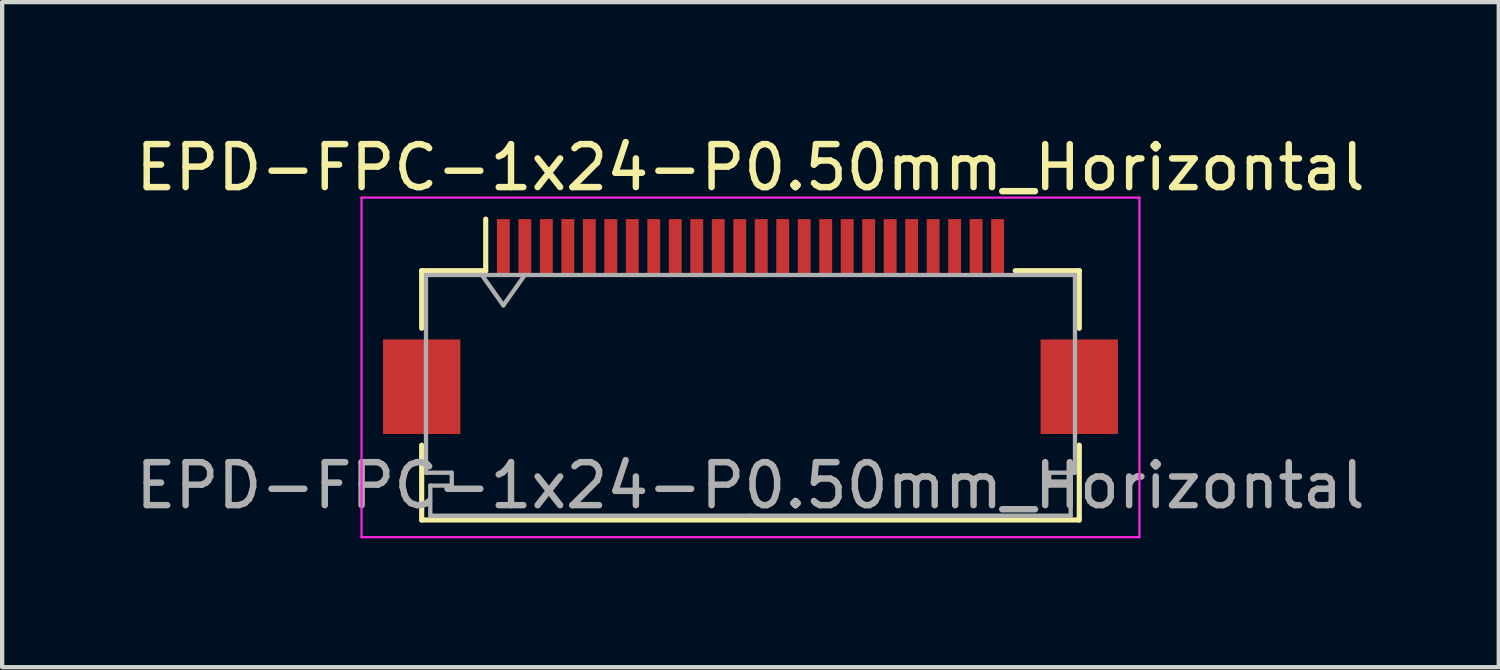
<source format=kicad_pcb>
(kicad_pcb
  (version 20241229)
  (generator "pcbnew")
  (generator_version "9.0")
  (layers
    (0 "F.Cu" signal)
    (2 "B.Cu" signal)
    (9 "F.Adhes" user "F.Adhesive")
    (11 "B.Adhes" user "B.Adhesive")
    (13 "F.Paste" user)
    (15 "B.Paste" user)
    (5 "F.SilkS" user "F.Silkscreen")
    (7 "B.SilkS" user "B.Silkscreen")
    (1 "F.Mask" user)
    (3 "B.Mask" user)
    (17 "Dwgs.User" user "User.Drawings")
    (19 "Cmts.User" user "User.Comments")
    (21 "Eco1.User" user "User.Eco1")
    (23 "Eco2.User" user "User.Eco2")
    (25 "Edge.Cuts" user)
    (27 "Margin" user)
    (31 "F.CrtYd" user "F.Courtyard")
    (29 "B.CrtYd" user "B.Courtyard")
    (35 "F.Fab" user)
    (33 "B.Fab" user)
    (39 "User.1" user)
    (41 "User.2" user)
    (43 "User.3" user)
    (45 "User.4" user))
  (footprint "EPD-FPC-1x24-P0.50mm_Horizontal"
    (layer "F.Cu")
    (at 14.411 4.548)
    (property "Reference" "EPD-FPC-1x24-P0.50mm_Horizontal" (at 0 -3.7 0) (layer "F.SilkS") (effects (font (size 1 1) (thickness 0.15))))
    (attr smd)
    (fp_line (start -7.65 -1.3) (end -7.65 0.04) (stroke (width 0.12) (type solid)) (layer "F.SilkS"))
    (fp_line (start -7.65 2.76) (end -7.65 4.5) (stroke (width 0.12) (type solid)) (layer "F.SilkS"))
    (fp_line (start -7.65 4.5) (end 7.65 4.5) (stroke (width 0.12) (type solid)) (layer "F.SilkS"))
    (fp_line (start -6.16 -1.3) (end -7.65 -1.3) (stroke (width 0.12) (type solid)) (layer "F.SilkS"))
    (fp_line (start -6.16 -1.3) (end -6.16 -2.5) (stroke (width 0.12) (type solid)) (layer "F.SilkS"))
    (fp_line (start 6.16 -1.3) (end 7.65 -1.3) (stroke (width 0.12) (type solid)) (layer "F.SilkS"))
    (fp_line (start 7.65 -1.3) (end 7.65 0.04) (stroke (width 0.12) (type solid)) (layer "F.SilkS"))
    (fp_line (start 7.65 4.5) (end 7.65 2.76) (stroke (width 0.12) (type solid)) (layer "F.SilkS"))
    (fp_line (start -9.05 -3) (end -9.05 4.9) (stroke (width 0.05) (type solid)) (layer "F.CrtYd"))
    (fp_line (start -9.05 4.9) (end 9.05 4.9) (stroke (width 0.05) (type solid)) (layer "F.CrtYd"))
    (fp_line (start 9.05 -3) (end -9.05 -3) (stroke (width 0.05) (type solid)) (layer "F.CrtYd"))
    (fp_line (start 9.05 4.9) (end 9.05 -3) (stroke (width 0.05) (type solid)) (layer "F.CrtYd"))
    (fp_line (start -7.55 -1.2) (end -7.55 3.4) (stroke (width 0.1) (type solid)) (layer "F.Fab"))
    (fp_line (start -7.55 3.4) (end -6.95 3.4) (stroke (width 0.1) (type solid)) (layer "F.Fab"))
    (fp_line (start -7.45 3.7) (end -7.45 4.4) (stroke (width 0.1) (type solid)) (layer "F.Fab"))
    (fp_line (start -7.45 4.4) (end 0 4.4) (stroke (width 0.1) (type solid)) (layer "F.Fab"))
    (fp_line (start -6.95 3.4) (end -6.95 3.7) (stroke (width 0.1) (type solid)) (layer "F.Fab"))
    (fp_line (start -6.95 3.7) (end -7.45 3.7) (stroke (width 0.1) (type solid)) (layer "F.Fab"))
    (fp_line (start -6.25 -1.2) (end -5.75 -0.493) (stroke (width 0.1) (type solid)) (layer "F.Fab"))
    (fp_line (start -5.75 -0.493) (end -5.25 -1.2) (stroke (width 0.1) (type solid)) (layer "F.Fab"))
    (fp_line (start 0 -1.2) (end -7.55 -1.2) (stroke (width 0.1) (type solid)) (layer "F.Fab"))
    (fp_line (start 0 -1.2) (end 7.55 -1.2) (stroke (width 0.1) (type solid)) (layer "F.Fab"))
    (fp_line (start 6.95 3.4) (end 6.95 3.7) (stroke (width 0.1) (type solid)) (layer "F.Fab"))
    (fp_line (start 6.95 3.7) (end 7.45 3.7) (stroke (width 0.1) (type solid)) (layer "F.Fab"))
    (fp_line (start 7.45 3.7) (end 7.45 4.4) (stroke (width 0.1) (type solid)) (layer "F.Fab"))
    (fp_line (start 7.45 4.4) (end 0 4.4) (stroke (width 0.1) (type solid)) (layer "F.Fab"))
    (fp_line (start 7.55 -1.2) (end 7.55 3.4) (stroke (width 0.1) (type solid)) (layer "F.Fab"))
    (fp_line (start 7.55 3.4) (end 6.95 3.4) (stroke (width 0.1) (type solid)) (layer "F.Fab"))
    (fp_text user "${REFERENCE}" (at 0 3.7 0) (layer "F.Fab") (effects (font (size 1 1) (thickness 0.15))))
    (pad "1" smd rect (at 5.75 -1.85) (size 0.3 1.3) (layers "F.Cu" "F.Mask" "F.Paste"))
    (pad "2" smd rect (at 5.25 -1.85) (size 0.3 1.3) (layers "F.Cu" "F.Mask" "F.Paste"))
    (pad "3" smd rect (at 4.75 -1.85) (size 0.3 1.3) (layers "F.Cu" "F.Mask" "F.Paste"))
    (pad "4" smd rect (at 4.25 -1.85) (size 0.3 1.3) (layers "F.Cu" "F.Mask" "F.Paste"))
    (pad "5" smd rect (at 3.75 -1.85) (size 0.3 1.3) (layers "F.Cu" "F.Mask" "F.Paste"))
    (pad "6" smd rect (at 3.25 -1.85) (size 0.3 1.3) (layers "F.Cu" "F.Mask" "F.Paste"))
    (pad "7" smd rect (at 2.75 -1.85) (size 0.3 1.3) (layers "F.Cu" "F.Mask" "F.Paste"))
    (pad "8" smd rect (at 2.25 -1.85) (size 0.3 1.3) (layers "F.Cu" "F.Mask" "F.Paste"))
    (pad "9" smd rect (at 1.75 -1.85) (size 0.3 1.3) (layers "F.Cu" "F.Mask" "F.Paste"))
    (pad "10" smd rect (at 1.25 -1.85) (size 0.3 1.3) (layers "F.Cu" "F.Mask" "F.Paste"))
    (pad "11" smd rect (at 0.75 -1.85) (size 0.3 1.3) (layers "F.Cu" "F.Mask" "F.Paste"))
    (pad "12" smd rect (at 0.25 -1.85) (size 0.3 1.3) (layers "F.Cu" "F.Mask" "F.Paste"))
    (pad "13" smd rect (at -0.25 -1.85) (size 0.3 1.3) (layers "F.Cu" "F.Mask" "F.Paste"))
    (pad "14" smd rect (at -0.75 -1.85) (size 0.3 1.3) (layers "F.Cu" "F.Mask" "F.Paste"))
    (pad "15" smd rect (at -1.25 -1.85) (size 0.3 1.3) (layers "F.Cu" "F.Mask" "F.Paste"))
    (pad "16" smd rect (at -1.75 -1.85) (size 0.3 1.3) (layers "F.Cu" "F.Mask" "F.Paste"))
    (pad "17" smd rect (at -2.25 -1.85) (size 0.3 1.3) (layers "F.Cu" "F.Mask" "F.Paste"))
    (pad "18" smd rect (at -2.75 -1.85) (size 0.3 1.3) (layers "F.Cu" "F.Mask" "F.Paste"))
    (pad "19" smd rect (at -3.25 -1.85) (size 0.3 1.3) (layers "F.Cu" "F.Mask" "F.Paste"))
    (pad "20" smd rect (at -3.75 -1.85) (size 0.3 1.3) (layers "F.Cu" "F.Mask" "F.Paste"))
    (pad "21" smd rect (at -4.25 -1.85) (size 0.3 1.3) (layers "F.Cu" "F.Mask" "F.Paste"))
    (pad "22" smd rect (at -4.75 -1.85) (size 0.3 1.3) (layers "F.Cu" "F.Mask" "F.Paste"))
    (pad "23" smd rect (at -5.25 -1.85) (size 0.3 1.3) (layers "F.Cu" "F.Mask" "F.Paste"))
    (pad "24" smd rect (at -5.75 -1.85) (size 0.3 1.3) (layers "F.Cu" "F.Mask" "F.Paste"))
    (pad "MP" smd rect (at -7.65 1.4) (size 1.8 2.2) (layers "F.Cu" "F.Mask" "F.Paste"))
    (pad "MP" smd rect (at 7.65 1.4) (size 1.8 2.2) (layers "F.Cu" "F.Mask" "F.Paste")))
  (gr_rect
    (start -3 -3)
    (end 31.821 12.473)
    (stroke (width 0.1) (type default))
    (fill no)
    (layer "Edge.Cuts")))
</source>
